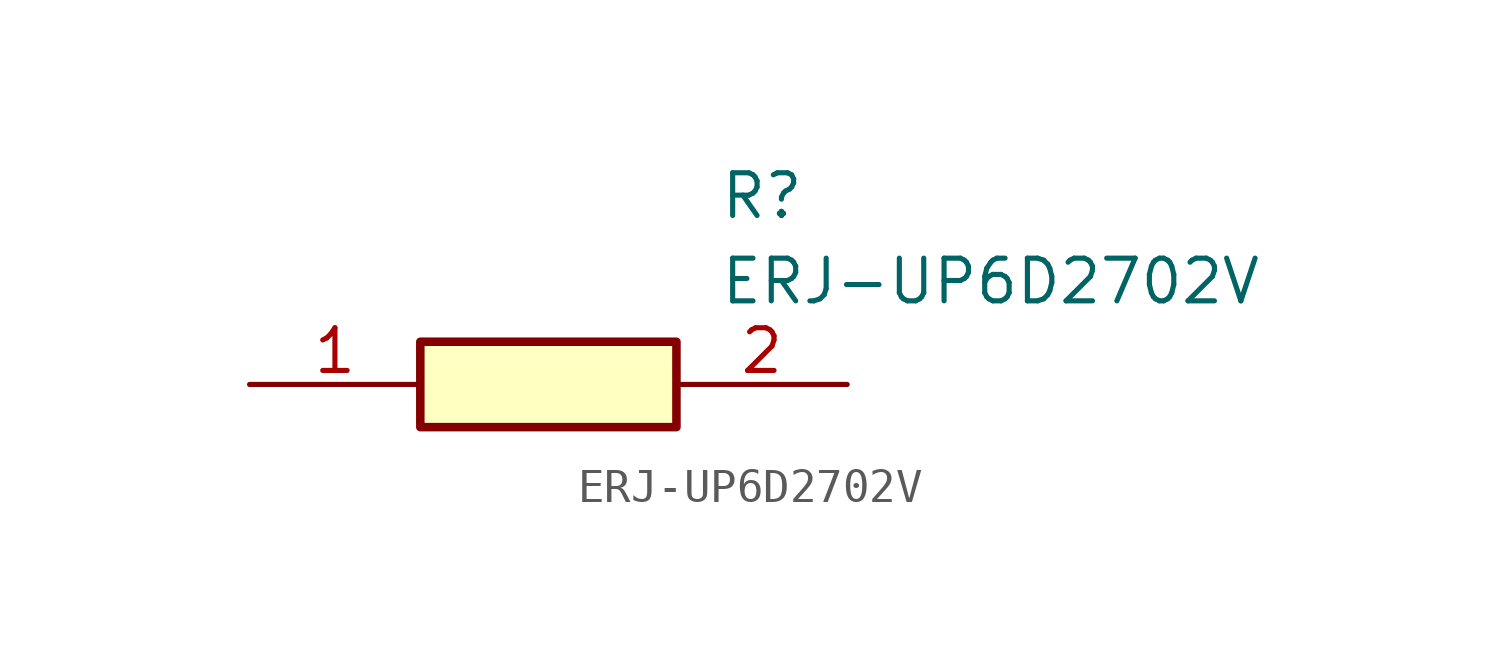
<source format=kicad_sym>
(kicad_symbol_lib
  (version 20211014)
  (generator SamacSys_ECAD_Model)
  (symbol "ERJ-UP6D2702V"
    (pin_names hide)
    (property "Reference" "R"
      (at 13.97 6.35 0)
      (effects (font (size 1.27 1.27)) (justify left top)))
    (property "Value" "ERJ-UP6D2702V"
      (at 13.97 3.81 0)
      (effects (font (size 1.27 1.27)) (justify left top)))
    (rectangle
      (start 5.08 1.27)
      (end 12.7 -1.27)
      (stroke (width 0.254) (type default))
      (fill (type background)))
    (pin passive line
      (at 0 0 0)
      (length 5.08)
      (name "1" (effects (font (size 1.27 1.27))))
      (number "1" (effects (font (size 1.27 1.27)))))
    (pin passive line
      (at 17.78 0 180)
      (length 5.08)
      (name "2" (effects (font (size 1.27 1.27))))
      (number "2" (effects (font (size 1.27 1.27)))))))
</source>
